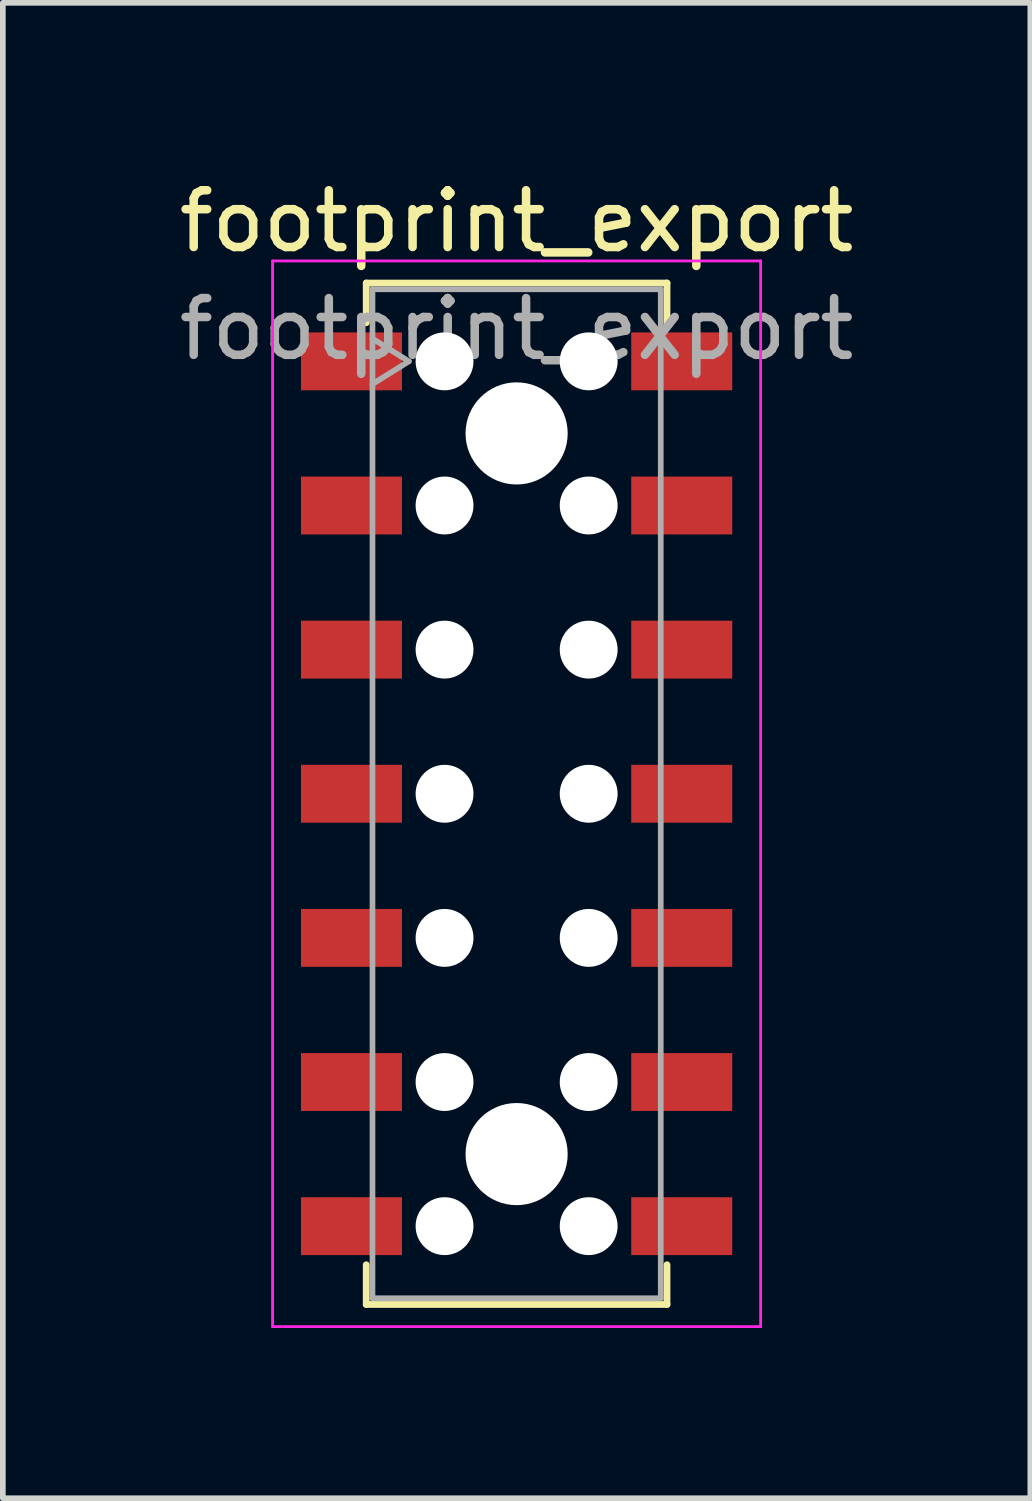
<source format=kicad_pcb>
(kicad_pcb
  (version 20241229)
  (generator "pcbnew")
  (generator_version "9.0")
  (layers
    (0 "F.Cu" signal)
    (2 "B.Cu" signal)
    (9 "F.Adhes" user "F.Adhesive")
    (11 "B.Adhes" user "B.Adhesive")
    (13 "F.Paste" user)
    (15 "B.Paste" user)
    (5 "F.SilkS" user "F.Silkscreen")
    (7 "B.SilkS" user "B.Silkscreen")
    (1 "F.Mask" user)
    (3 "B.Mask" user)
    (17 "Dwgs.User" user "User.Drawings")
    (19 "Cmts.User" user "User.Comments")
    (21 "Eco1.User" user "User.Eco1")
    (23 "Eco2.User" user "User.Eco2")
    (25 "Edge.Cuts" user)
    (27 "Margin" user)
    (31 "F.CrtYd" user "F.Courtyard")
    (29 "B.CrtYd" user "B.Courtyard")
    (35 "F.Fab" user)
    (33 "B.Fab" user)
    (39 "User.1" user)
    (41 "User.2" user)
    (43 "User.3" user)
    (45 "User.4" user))
  (footprint "footprint_export"
    (layer "F.Cu")
    (at 6.054 10.938)
    (property "Reference" "footprint_export" (at 0 -10.09 0) (layer "F.SilkS") (effects (font (size 1 1) (thickness 0.15))))
    (attr smd)
    (fp_line (start -2.65 -9) (end 2.65 -9) (stroke (width 0.12) (type solid)) (layer "F.SilkS"))
    (fp_line (start -2.65 -8.3) (end -2.65 -9) (stroke (width 0.12) (type solid)) (layer "F.SilkS"))
    (fp_line (start -2.65 8.3) (end -2.65 9) (stroke (width 0.12) (type solid)) (layer "F.SilkS"))
    (fp_line (start -2.65 9) (end 2.65 9) (stroke (width 0.12) (type solid)) (layer "F.SilkS"))
    (fp_line (start 2.65 -9) (end 2.65 -8.3) (stroke (width 0.12) (type solid)) (layer "F.SilkS"))
    (fp_line (start 2.65 9) (end 2.65 8.3) (stroke (width 0.12) (type solid)) (layer "F.SilkS"))
    (fp_line (start -4.3 -9.39) (end 4.3 -9.39) (stroke (width 0.05) (type solid)) (layer "F.CrtYd"))
    (fp_line (start -4.3 9.39) (end -4.3 -9.39) (stroke (width 0.05) (type solid)) (layer "F.CrtYd"))
    (fp_line (start 4.3 -9.39) (end 4.3 9.39) (stroke (width 0.05) (type solid)) (layer "F.CrtYd"))
    (fp_line (start 4.3 9.39) (end -4.3 9.39) (stroke (width 0.05) (type solid)) (layer "F.CrtYd"))
    (fp_line (start -2.54 -8.89) (end 2.54 -8.89) (stroke (width 0.1) (type solid)) (layer "F.Fab"))
    (fp_line (start -2.54 -8.02) (end -1.9 -7.62) (stroke (width 0.1) (type solid)) (layer "F.Fab"))
    (fp_line (start -2.54 8.89) (end -2.54 -8.89) (stroke (width 0.1) (type solid)) (layer "F.Fab"))
    (fp_line (start -1.9 -7.62) (end -2.54 -7.22) (stroke (width 0.1) (type solid)) (layer "F.Fab"))
    (fp_line (start 2.54 -8.89) (end 2.54 8.89) (stroke (width 0.1) (type solid)) (layer "F.Fab"))
    (fp_line (start 2.54 8.89) (end -2.54 8.89) (stroke (width 0.1) (type solid)) (layer "F.Fab"))
    (fp_text user "${REFERENCE}" (at 0 -8.19 0) (layer "F.Fab") (effects (font (size 1 1) (thickness 0.15))))
    (pad "" np_thru_hole circle (at -1.27 -7.62) (size 1.02 1.02) (drill 1.02) (layers "*.Cu" "*.Mask"))
    (pad "" np_thru_hole circle (at -1.27 -5.08) (size 1.02 1.02) (drill 1.02) (layers "*.Cu" "*.Mask"))
    (pad "" np_thru_hole circle (at -1.27 -2.54) (size 1.02 1.02) (drill 1.02) (layers "*.Cu" "*.Mask"))
    (pad "" np_thru_hole circle (at -1.27 0) (size 1.02 1.02) (drill 1.02) (layers "*.Cu" "*.Mask"))
    (pad "" np_thru_hole circle (at -1.27 2.54) (size 1.02 1.02) (drill 1.02) (layers "*.Cu" "*.Mask"))
    (pad "" np_thru_hole circle (at -1.27 5.08) (size 1.02 1.02) (drill 1.02) (layers "*.Cu" "*.Mask"))
    (pad "" np_thru_hole circle (at -1.27 7.62) (size 1.02 1.02) (drill 1.02) (layers "*.Cu" "*.Mask"))
    (pad "" np_thru_hole circle (at 0 -6.35) (size 1.8 1.8) (drill 1.8) (layers "*.Cu" "*.Mask"))
    (pad "" np_thru_hole circle (at 0 6.35) (size 1.8 1.8) (drill 1.8) (layers "*.Cu" "*.Mask"))
    (pad "" np_thru_hole circle (at 1.27 -7.62) (size 1.02 1.02) (drill 1.02) (layers "*.Cu" "*.Mask"))
    (pad "" np_thru_hole circle (at 1.27 -5.08) (size 1.02 1.02) (drill 1.02) (layers "*.Cu" "*.Mask"))
    (pad "" np_thru_hole circle (at 1.27 -2.54) (size 1.02 1.02) (drill 1.02) (layers "*.Cu" "*.Mask"))
    (pad "" np_thru_hole circle (at 1.27 0) (size 1.02 1.02) (drill 1.02) (layers "*.Cu" "*.Mask"))
    (pad "" np_thru_hole circle (at 1.27 2.54) (size 1.02 1.02) (drill 1.02) (layers "*.Cu" "*.Mask"))
    (pad "" np_thru_hole circle (at 1.27 5.08) (size 1.02 1.02) (drill 1.02) (layers "*.Cu" "*.Mask"))
    (pad "" np_thru_hole circle (at 1.27 7.62) (size 1.02 1.02) (drill 1.02) (layers "*.Cu" "*.Mask"))
    (pad "1" smd rect (at -2.91 -7.62) (size 1.78 1.02) (layers "F.Cu" "F.Mask" "F.Paste"))
    (pad "2" smd rect (at -2.91 -5.08) (size 1.78 1.02) (layers "F.Cu" "F.Mask" "F.Paste"))
    (pad "3" smd rect (at -2.91 -2.54) (size 1.78 1.02) (layers "F.Cu" "F.Mask" "F.Paste"))
    (pad "4" smd rect (at -2.91 0) (size 1.78 1.02) (layers "F.Cu" "F.Mask" "F.Paste"))
    (pad "5" smd rect (at -2.91 2.54) (size 1.78 1.02) (layers "F.Cu" "F.Mask" "F.Paste"))
    (pad "6" smd rect (at -2.91 5.08) (size 1.78 1.02) (layers "F.Cu" "F.Mask" "F.Paste"))
    (pad "7" smd rect (at -2.91 7.62) (size 1.78 1.02) (layers "F.Cu" "F.Mask" "F.Paste"))
    (pad "8" smd rect (at 2.91 -7.62) (size 1.78 1.02) (layers "F.Cu" "F.Mask" "F.Paste"))
    (pad "9" smd rect (at 2.91 -5.08) (size 1.78 1.02) (layers "F.Cu" "F.Mask" "F.Paste"))
    (pad "10" smd rect (at 2.91 -2.54) (size 1.78 1.02) (layers "F.Cu" "F.Mask" "F.Paste"))
    (pad "11" smd rect (at 2.91 0) (size 1.78 1.02) (layers "F.Cu" "F.Mask" "F.Paste"))
    (pad "12" smd rect (at 2.91 2.54) (size 1.78 1.02) (layers "F.Cu" "F.Mask" "F.Paste"))
    (pad "13" smd rect (at 2.91 5.08) (size 1.78 1.02) (layers "F.Cu" "F.Mask" "F.Paste"))
    (pad "14" smd rect (at 2.91 7.62) (size 1.78 1.02) (layers "F.Cu" "F.Mask" "F.Paste")))
  (gr_rect
    (start -3 -3)
    (end 15.107 23.353)
    (stroke (width 0.1) (type default))
    (fill no)
    (layer "Edge.Cuts")))
</source>
